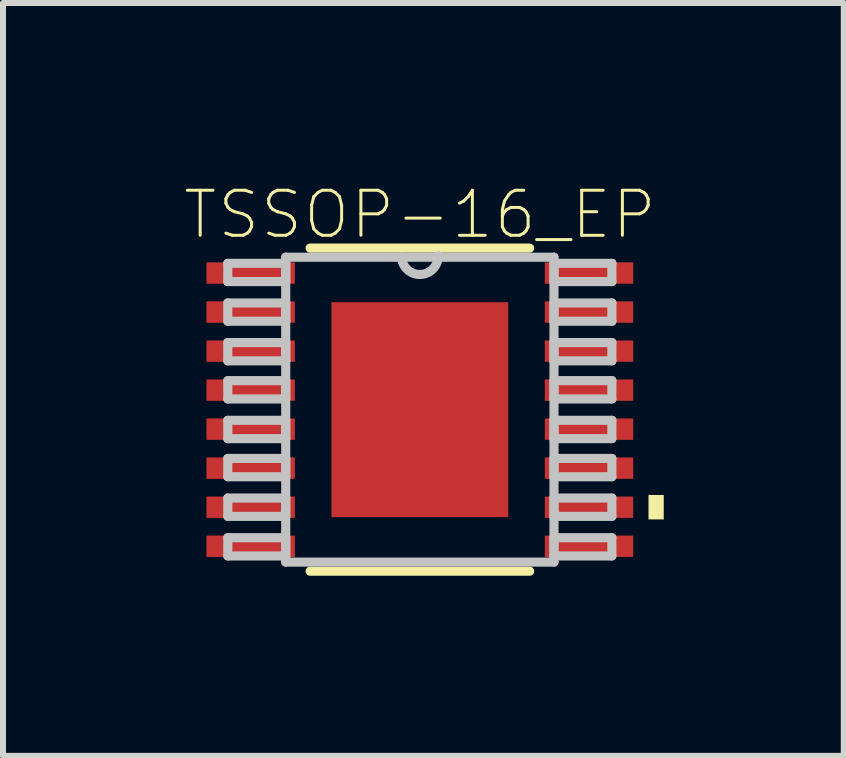
<source format=kicad_pcb>
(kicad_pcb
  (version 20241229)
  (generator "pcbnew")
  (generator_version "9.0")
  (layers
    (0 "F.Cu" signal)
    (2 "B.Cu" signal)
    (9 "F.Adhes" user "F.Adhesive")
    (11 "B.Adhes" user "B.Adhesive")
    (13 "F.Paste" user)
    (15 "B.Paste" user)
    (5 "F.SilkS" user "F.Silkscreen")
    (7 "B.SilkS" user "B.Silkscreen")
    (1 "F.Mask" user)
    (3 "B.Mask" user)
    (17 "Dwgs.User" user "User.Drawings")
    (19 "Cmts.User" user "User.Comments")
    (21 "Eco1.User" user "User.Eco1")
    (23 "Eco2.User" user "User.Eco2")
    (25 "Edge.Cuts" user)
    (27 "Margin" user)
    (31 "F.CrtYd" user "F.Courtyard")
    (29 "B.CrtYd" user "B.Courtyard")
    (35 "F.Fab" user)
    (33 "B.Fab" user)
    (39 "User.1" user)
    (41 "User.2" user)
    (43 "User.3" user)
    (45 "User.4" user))
  (footprint "TSSOP-16_EP"
    (layer "F.Cu")
    (at 3.946 3.776)
    (property "Reference" "TSSOP-16_EP" (at 0 -3.25 0) (layer "F.SilkS") (effects (font (size 0.75 0.75) (thickness 0.05))))
    (attr smd)
    (fp_line (start -1.829 2.692) (end 1.829 2.692) (stroke (width 0.152) (type solid)) (layer "F.SilkS"))
    (fp_line (start 1.829 -2.692) (end -1.829 -2.692) (stroke (width 0.152) (type solid)) (layer "F.SilkS"))
    (fp_poly (pts (xy 4.064 1.422) (xy 4.064 1.829) (xy 3.81 1.829) (xy 3.81 1.422)) (stroke (width 0) (type solid)) (fill yes) (layer "F.SilkS"))
    (fp_poly (pts (xy -1.372 -1.702) (xy -1.372 -0.102) (xy -0.102 -0.102) (xy -0.102 -1.702)) (stroke (width 0) (type solid)) (fill yes) (layer "F.Paste"))
    (fp_poly (pts (xy -1.372 0.102) (xy -1.372 1.702) (xy -0.102 1.702) (xy -0.102 0.102)) (stroke (width 0) (type solid)) (fill yes) (layer "F.Paste"))
    (fp_poly (pts (xy 0.102 -1.702) (xy 0.102 -0.102) (xy 1.372 -0.102) (xy 1.372 -1.702)) (stroke (width 0) (type solid)) (fill yes) (layer "F.Paste"))
    (fp_poly (pts (xy 0.102 0.102) (xy 0.102 1.702) (xy 1.372 1.702) (xy 1.372 0.102)) (stroke (width 0) (type solid)) (fill yes) (layer "F.Paste"))
    (fp_line (start -3.2 -2.438) (end -3.2 -2.134) (stroke (width 0.152) (type solid)) (layer "Dwgs.User"))
    (fp_line (start -3.2 -2.134) (end -2.235 -2.134) (stroke (width 0.152) (type solid)) (layer "Dwgs.User"))
    (fp_line (start -3.2 -1.778) (end -3.2 -1.473) (stroke (width 0.152) (type solid)) (layer "Dwgs.User"))
    (fp_line (start -3.2 -1.473) (end -2.235 -1.473) (stroke (width 0.152) (type solid)) (layer "Dwgs.User"))
    (fp_line (start -3.2 -1.118) (end -3.2 -0.813) (stroke (width 0.152) (type solid)) (layer "Dwgs.User"))
    (fp_line (start -3.2 -0.813) (end -2.235 -0.813) (stroke (width 0.152) (type solid)) (layer "Dwgs.User"))
    (fp_line (start -3.2 -0.483) (end -3.2 -0.178) (stroke (width 0.152) (type solid)) (layer "Dwgs.User"))
    (fp_line (start -3.2 -0.178) (end -2.235 -0.178) (stroke (width 0.152) (type solid)) (layer "Dwgs.User"))
    (fp_line (start -3.2 0.178) (end -3.2 0.483) (stroke (width 0.152) (type solid)) (layer "Dwgs.User"))
    (fp_line (start -3.2 0.483) (end -2.235 0.483) (stroke (width 0.152) (type solid)) (layer "Dwgs.User"))
    (fp_line (start -3.2 0.813) (end -3.2 1.118) (stroke (width 0.152) (type solid)) (layer "Dwgs.User"))
    (fp_line (start -3.2 1.118) (end -2.235 1.118) (stroke (width 0.152) (type solid)) (layer "Dwgs.User"))
    (fp_line (start -3.2 1.473) (end -3.2 1.778) (stroke (width 0.152) (type solid)) (layer "Dwgs.User"))
    (fp_line (start -3.2 1.778) (end -2.235 1.778) (stroke (width 0.152) (type solid)) (layer "Dwgs.User"))
    (fp_line (start -3.2 2.134) (end -3.2 2.438) (stroke (width 0.152) (type solid)) (layer "Dwgs.User"))
    (fp_line (start -3.2 2.438) (end -2.235 2.438) (stroke (width 0.152) (type solid)) (layer "Dwgs.User"))
    (fp_line (start -2.235 -2.54) (end -2.235 2.54) (stroke (width 0.152) (type solid)) (layer "Dwgs.User"))
    (fp_line (start -2.235 -2.438) (end -3.2 -2.438) (stroke (width 0.152) (type solid)) (layer "Dwgs.User"))
    (fp_line (start -2.235 -2.134) (end -2.235 -2.438) (stroke (width 0.152) (type solid)) (layer "Dwgs.User"))
    (fp_line (start -2.235 -1.778) (end -3.2 -1.778) (stroke (width 0.152) (type solid)) (layer "Dwgs.User"))
    (fp_line (start -2.235 -1.473) (end -2.235 -1.778) (stroke (width 0.152) (type solid)) (layer "Dwgs.User"))
    (fp_line (start -2.235 -1.118) (end -3.2 -1.118) (stroke (width 0.152) (type solid)) (layer "Dwgs.User"))
    (fp_line (start -2.235 -0.813) (end -2.235 -1.118) (stroke (width 0.152) (type solid)) (layer "Dwgs.User"))
    (fp_line (start -2.235 -0.483) (end -3.2 -0.483) (stroke (width 0.152) (type solid)) (layer "Dwgs.User"))
    (fp_line (start -2.235 -0.178) (end -2.235 -0.483) (stroke (width 0.152) (type solid)) (layer "Dwgs.User"))
    (fp_line (start -2.235 0.178) (end -3.2 0.178) (stroke (width 0.152) (type solid)) (layer "Dwgs.User"))
    (fp_line (start -2.235 0.483) (end -2.235 0.178) (stroke (width 0.152) (type solid)) (layer "Dwgs.User"))
    (fp_line (start -2.235 0.813) (end -3.2 0.813) (stroke (width 0.152) (type solid)) (layer "Dwgs.User"))
    (fp_line (start -2.235 1.118) (end -2.235 0.813) (stroke (width 0.152) (type solid)) (layer "Dwgs.User"))
    (fp_line (start -2.235 1.473) (end -3.2 1.473) (stroke (width 0.152) (type solid)) (layer "Dwgs.User"))
    (fp_line (start -2.235 1.778) (end -2.235 1.473) (stroke (width 0.152) (type solid)) (layer "Dwgs.User"))
    (fp_line (start -2.235 2.134) (end -3.2 2.134) (stroke (width 0.152) (type solid)) (layer "Dwgs.User"))
    (fp_line (start -2.235 2.438) (end -2.235 2.134) (stroke (width 0.152) (type solid)) (layer "Dwgs.User"))
    (fp_line (start -2.235 2.54) (end 2.235 2.54) (stroke (width 0.152) (type solid)) (layer "Dwgs.User"))
    (fp_line (start -0.305 -2.54) (end -2.235 -2.54) (stroke (width 0.152) (type solid)) (layer "Dwgs.User"))
    (fp_line (start 2.235 -2.54) (end -0.305 -2.54) (stroke (width 0.152) (type solid)) (layer "Dwgs.User"))
    (fp_line (start 2.235 -2.438) (end 2.235 -2.134) (stroke (width 0.152) (type solid)) (layer "Dwgs.User"))
    (fp_line (start 2.235 -2.134) (end 3.2 -2.134) (stroke (width 0.152) (type solid)) (layer "Dwgs.User"))
    (fp_line (start 2.235 -1.778) (end 2.235 -1.473) (stroke (width 0.152) (type solid)) (layer "Dwgs.User"))
    (fp_line (start 2.235 -1.473) (end 3.2 -1.473) (stroke (width 0.152) (type solid)) (layer "Dwgs.User"))
    (fp_line (start 2.235 -1.118) (end 2.235 -0.813) (stroke (width 0.152) (type solid)) (layer "Dwgs.User"))
    (fp_line (start 2.235 -0.813) (end 3.2 -0.813) (stroke (width 0.152) (type solid)) (layer "Dwgs.User"))
    (fp_line (start 2.235 -0.483) (end 2.235 -0.178) (stroke (width 0.152) (type solid)) (layer "Dwgs.User"))
    (fp_line (start 2.235 -0.178) (end 3.2 -0.178) (stroke (width 0.152) (type solid)) (layer "Dwgs.User"))
    (fp_line (start 2.235 0.178) (end 2.235 0.483) (stroke (width 0.152) (type solid)) (layer "Dwgs.User"))
    (fp_line (start 2.235 0.483) (end 3.2 0.483) (stroke (width 0.152) (type solid)) (layer "Dwgs.User"))
    (fp_line (start 2.235 0.813) (end 2.235 1.118) (stroke (width 0.152) (type solid)) (layer "Dwgs.User"))
    (fp_line (start 2.235 1.118) (end 3.2 1.118) (stroke (width 0.152) (type solid)) (layer "Dwgs.User"))
    (fp_line (start 2.235 1.473) (end 2.235 1.778) (stroke (width 0.152) (type solid)) (layer "Dwgs.User"))
    (fp_line (start 2.235 1.778) (end 3.2 1.778) (stroke (width 0.152) (type solid)) (layer "Dwgs.User"))
    (fp_line (start 2.235 2.134) (end 2.235 2.438) (stroke (width 0.152) (type solid)) (layer "Dwgs.User"))
    (fp_line (start 2.235 2.438) (end 3.2 2.438) (stroke (width 0.152) (type solid)) (layer "Dwgs.User"))
    (fp_line (start 2.235 2.54) (end 2.235 -2.54) (stroke (width 0.152) (type solid)) (layer "Dwgs.User"))
    (fp_line (start 3.2 -2.438) (end 2.235 -2.438) (stroke (width 0.152) (type solid)) (layer "Dwgs.User"))
    (fp_line (start 3.2 -2.134) (end 3.2 -2.438) (stroke (width 0.152) (type solid)) (layer "Dwgs.User"))
    (fp_line (start 3.2 -1.778) (end 2.235 -1.778) (stroke (width 0.152) (type solid)) (layer "Dwgs.User"))
    (fp_line (start 3.2 -1.473) (end 3.2 -1.778) (stroke (width 0.152) (type solid)) (layer "Dwgs.User"))
    (fp_line (start 3.2 -1.118) (end 2.235 -1.118) (stroke (width 0.152) (type solid)) (layer "Dwgs.User"))
    (fp_line (start 3.2 -0.813) (end 3.2 -1.118) (stroke (width 0.152) (type solid)) (layer "Dwgs.User"))
    (fp_line (start 3.2 -0.483) (end 2.235 -0.483) (stroke (width 0.152) (type solid)) (layer "Dwgs.User"))
    (fp_line (start 3.2 -0.178) (end 3.2 -0.483) (stroke (width 0.152) (type solid)) (layer "Dwgs.User"))
    (fp_line (start 3.2 0.178) (end 2.235 0.178) (stroke (width 0.152) (type solid)) (layer "Dwgs.User"))
    (fp_line (start 3.2 0.483) (end 3.2 0.178) (stroke (width 0.152) (type solid)) (layer "Dwgs.User"))
    (fp_line (start 3.2 0.813) (end 2.235 0.813) (stroke (width 0.152) (type solid)) (layer "Dwgs.User"))
    (fp_line (start 3.2 1.118) (end 3.2 0.813) (stroke (width 0.152) (type solid)) (layer "Dwgs.User"))
    (fp_line (start 3.2 1.473) (end 2.235 1.473) (stroke (width 0.152) (type solid)) (layer "Dwgs.User"))
    (fp_line (start 3.2 1.778) (end 3.2 1.473) (stroke (width 0.152) (type solid)) (layer "Dwgs.User"))
    (fp_line (start 3.2 2.134) (end 2.235 2.134) (stroke (width 0.152) (type solid)) (layer "Dwgs.User"))
    (fp_line (start 3.2 2.438) (end 3.2 2.134) (stroke (width 0.152) (type solid)) (layer "Dwgs.User"))
    (fp_arc (start 0.3048 -2.5654) (mid 0.0127 -2.2479) (end -0.3048 -2.54) (stroke (width 0.1524) (type solid)) (layer "Dwgs.User"))
    (pad "1" smd rect (at -2.819 -2.276) (size 1.473 0.356) (layers "F.Cu" "F.Mask" "F.Paste"))
    (pad "2" smd rect (at -2.819 -1.626) (size 1.473 0.356) (layers "F.Cu" "F.Mask" "F.Paste"))
    (pad "3" smd rect (at -2.819 -0.975) (size 1.473 0.356) (layers "F.Cu" "F.Mask" "F.Paste"))
    (pad "4" smd rect (at -2.819 -0.325) (size 1.473 0.356) (layers "F.Cu" "F.Mask" "F.Paste"))
    (pad "5" smd rect (at -2.819 0.325) (size 1.473 0.356) (layers "F.Cu" "F.Mask" "F.Paste"))
    (pad "6" smd rect (at -2.819 0.975) (size 1.473 0.356) (layers "F.Cu" "F.Mask" "F.Paste"))
    (pad "7" smd rect (at -2.819 1.626) (size 1.473 0.356) (layers "F.Cu" "F.Mask" "F.Paste"))
    (pad "8" smd rect (at -2.819 2.276) (size 1.473 0.356) (layers "F.Cu" "F.Mask" "F.Paste"))
    (pad "9" smd rect (at 2.819 2.276) (size 1.473 0.356) (layers "F.Cu" "F.Mask" "F.Paste"))
    (pad "10" smd rect (at 2.819 1.626) (size 1.473 0.356) (layers "F.Cu" "F.Mask" "F.Paste"))
    (pad "11" smd rect (at 2.819 0.975) (size 1.473 0.356) (layers "F.Cu" "F.Mask" "F.Paste"))
    (pad "12" smd rect (at 2.819 0.325) (size 1.473 0.356) (layers "F.Cu" "F.Mask" "F.Paste"))
    (pad "13" smd rect (at 2.819 -0.325) (size 1.473 0.356) (layers "F.Cu" "F.Mask" "F.Paste"))
    (pad "14" smd rect (at 2.819 -0.975) (size 1.473 0.356) (layers "F.Cu" "F.Mask" "F.Paste"))
    (pad "15" smd rect (at 2.819 -1.626) (size 1.473 0.356) (layers "F.Cu" "F.Mask" "F.Paste"))
    (pad "16" smd rect (at 2.819 -2.276) (size 1.473 0.356) (layers "F.Cu" "F.Mask" "F.Paste"))
    (pad "EPAD" smd rect (at 0 0) (size 2.946 3.581) (layers "F.Cu" "F.Mask" "F.Paste")))
  (gr_rect
    (start -3 -3)
    (end 11.01 9.545)
    (stroke (width 0.1) (type default))
    (fill no)
    (layer "Edge.Cuts")))
</source>
